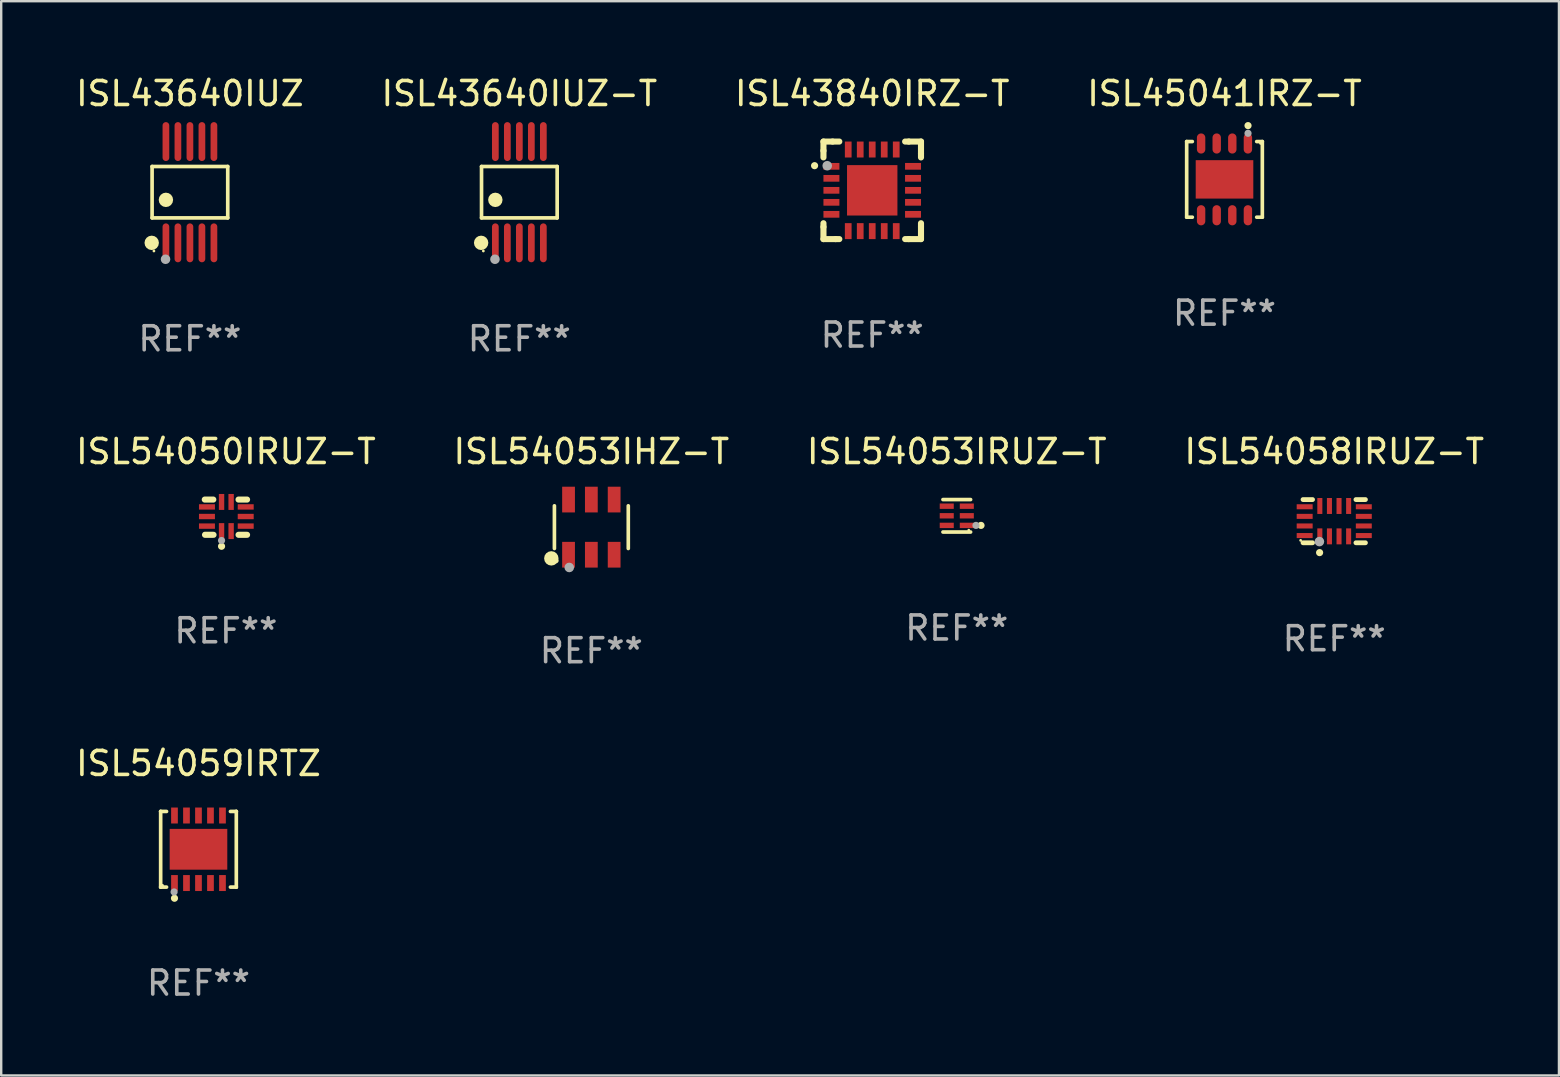
<source format=kicad_pcb>
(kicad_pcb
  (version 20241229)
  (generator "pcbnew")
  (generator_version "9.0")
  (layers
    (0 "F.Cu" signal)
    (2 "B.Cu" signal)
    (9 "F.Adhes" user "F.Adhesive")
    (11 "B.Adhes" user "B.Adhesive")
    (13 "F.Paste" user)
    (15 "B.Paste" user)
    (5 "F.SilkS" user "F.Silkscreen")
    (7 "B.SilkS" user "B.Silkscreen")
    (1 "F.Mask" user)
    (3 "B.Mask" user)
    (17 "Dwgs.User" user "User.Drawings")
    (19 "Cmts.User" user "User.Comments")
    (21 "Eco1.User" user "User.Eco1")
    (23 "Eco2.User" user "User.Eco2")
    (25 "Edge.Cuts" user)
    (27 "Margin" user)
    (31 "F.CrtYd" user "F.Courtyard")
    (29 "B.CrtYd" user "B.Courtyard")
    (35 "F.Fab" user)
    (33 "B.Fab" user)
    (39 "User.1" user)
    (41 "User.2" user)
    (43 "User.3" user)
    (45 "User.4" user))
  (footprint "ISL43840IRZ-T"
    (layer "F.Cu")
    (at 33.292 4.88)
    (property "Reference" "ISL43840IRZ-T" (at 0 -4.032 0) (layer "F.SilkS") (effects (font (size 1 1) (thickness 0.15))))
    (attr through_hole)
    (fp_line (start -2.032 -1.651) (end -2.032 -2.032) (stroke (width 0.254) (type solid)) (layer "F.SilkS"))
    (fp_line (start -2.032 -1.372) (end -2.032 -1.651) (stroke (width 0.254) (type solid)) (layer "F.SilkS"))
    (fp_line (start -2.032 1.524) (end -2.032 1.371) (stroke (width 0.254) (type solid)) (layer "F.SilkS"))
    (fp_line (start -2.032 -2.032) (end -1.651 -2.032) (stroke (width 0.254) (type solid)) (layer "F.SilkS"))
    (fp_line (start -2.032 2.032) (end -2.032 1.524) (stroke (width 0.254) (type solid)) (layer "F.SilkS"))
    (fp_line (start -1.651 -2.032) (end -1.372 -2.032) (stroke (width 0.254) (type solid)) (layer "F.SilkS"))
    (fp_line (start -1.524 2.032) (end -2.032 2.032) (stroke (width 0.254) (type solid)) (layer "F.SilkS"))
    (fp_line (start -1.371 2.032) (end -1.524 2.032) (stroke (width 0.254) (type solid)) (layer "F.SilkS"))
    (fp_line (start 1.371 -2.032) (end 1.524 -2.032) (stroke (width 0.254) (type solid)) (layer "F.SilkS"))
    (fp_line (start 1.524 -2.032) (end 2.032 -2.032) (stroke (width 0.254) (type solid)) (layer "F.SilkS"))
    (fp_line (start 1.524 2.032) (end 1.371 2.032) (stroke (width 0.254) (type solid)) (layer "F.SilkS"))
    (fp_line (start 2.032 -1.524) (end 2.032 -1.371) (stroke (width 0.254) (type solid)) (layer "F.SilkS"))
    (fp_line (start 2.032 1.371) (end 2.032 1.524) (stroke (width 0.254) (type solid)) (layer "F.SilkS"))
    (fp_line (start 2.032 1.524) (end 2.032 2.032) (stroke (width 0.254) (type solid)) (layer "F.SilkS"))
    (fp_line (start 2.032 -2.032) (end 2.032 -1.524) (stroke (width 0.254) (type solid)) (layer "F.SilkS"))
    (fp_line (start 2.032 2.032) (end 1.524 2.032) (stroke (width 0.254) (type solid)) (layer "F.SilkS"))
    (fp_circle (center -2.402 -1.027) (end -2.327 -1.027) (stroke (width 0.15) (type solid)) (fill no) (layer "F.SilkS"))
    (fp_circle (center -2 -2) (end -1.97 -2) (stroke (width 0.06) (type solid)) (fill no) (layer "F.SilkS"))
    (fp_circle (center -1.875 -1.025) (end -1.775 -1.025) (stroke (width 0.2) (type solid)) (fill no) (layer "F.Fab"))
    (fp_text user "REF**" (at 0 6.032 0) (layer "F.Fab") (effects (font (size 1 1) (thickness 0.15))))
    (pad "1" smd rect (at -1.7 -1) (size 0.665 0.28) (layers "F.Cu" "F.Mask" "F.Paste"))
    (pad "2" smd rect (at -1.7 -0.5) (size 0.665 0.28) (layers "F.Cu" "F.Mask" "F.Paste"))
    (pad "3" smd rect (at -1.7 -0.000013) (size 0.665 0.28) (layers "F.Cu" "F.Mask" "F.Paste"))
    (pad "4" smd rect (at -1.7 0.5) (size 0.665 0.28) (layers "F.Cu" "F.Mask" "F.Paste"))
    (pad "5" smd rect (at -1.7 1) (size 0.665 0.28) (layers "F.Cu" "F.Mask" "F.Paste"))
    (pad "6" smd rect (at -1 1.7) (size 0.28 0.665) (layers "F.Cu" "F.Mask" "F.Paste"))
    (pad "7" smd rect (at -0.5 1.7) (size 0.28 0.665) (layers "F.Cu" "F.Mask" "F.Paste"))
    (pad "8" smd rect (at 0.000038 1.7) (size 0.28 0.665) (layers "F.Cu" "F.Mask" "F.Paste"))
    (pad "9" smd rect (at 0.5 1.7) (size 0.28 0.665) (layers "F.Cu" "F.Mask" "F.Paste"))
    (pad "10" smd rect (at 1 1.7) (size 0.28 0.665) (layers "F.Cu" "F.Mask" "F.Paste"))
    (pad "11" smd rect (at 1.7 1) (size 0.665 0.28) (layers "F.Cu" "F.Mask" "F.Paste"))
    (pad "12" smd rect (at 1.7 0.5) (size 0.665 0.28) (layers "F.Cu" "F.Mask" "F.Paste"))
    (pad "13" smd rect (at 1.7 -0.000013) (size 0.665 0.28) (layers "F.Cu" "F.Mask" "F.Paste"))
    (pad "14" smd rect (at 1.7 -0.5) (size 0.665 0.28) (layers "F.Cu" "F.Mask" "F.Paste"))
    (pad "15" smd rect (at 1.7 -1) (size 0.665 0.28) (layers "F.Cu" "F.Mask" "F.Paste"))
    (pad "16" smd rect (at 1 -1.7) (size 0.28 0.665) (layers "F.Cu" "F.Mask" "F.Paste"))
    (pad "17" smd rect (at 0.5 -1.7) (size 0.28 0.665) (layers "F.Cu" "F.Mask" "F.Paste"))
    (pad "18" smd rect (at 0.000038 -1.7) (size 0.28 0.665) (layers "F.Cu" "F.Mask" "F.Paste"))
    (pad "19" smd rect (at -0.5 -1.7) (size 0.28 0.665) (layers "F.Cu" "F.Mask" "F.Paste"))
    (pad "20" smd rect (at -1 -1.7) (size 0.28 0.665) (layers "F.Cu" "F.Mask" "F.Paste"))
    (pad "21" smd rect (at 0.000038 -0.000013) (size 2.1 2.1) (layers "F.Cu" "F.Mask" "F.Paste")))
  (footprint "ISL54059IRTZ"
    (layer "F.Cu")
    (at 5.22 32.336)
    (property "Reference" "ISL54059IRTZ" (at 0 -3.576 0) (layer "F.SilkS") (effects (font (size 1 1) (thickness 0.15))))
    (attr through_hole)
    (fp_line (start -1.576 -1.576) (end -1.576 -1.576) (stroke (width 0.152) (type solid)) (layer "F.SilkS"))
    (fp_line (start -1.576 -1.576) (end -1.331 -1.576) (stroke (width 0.152) (type solid)) (layer "F.SilkS"))
    (fp_line (start -1.576 1.576) (end -1.576 -1.576) (stroke (width 0.152) (type solid)) (layer "F.SilkS"))
    (fp_line (start -1.576 1.576) (end -1.576 1.576) (stroke (width 0.152) (type solid)) (layer "F.SilkS"))
    (fp_line (start -1.331 1.576) (end -1.576 1.576) (stroke (width 0.152) (type solid)) (layer "F.SilkS"))
    (fp_line (start 1.331 1.576) (end 1.576 1.576) (stroke (width 0.152) (type solid)) (layer "F.SilkS"))
    (fp_line (start 1.576 -1.576) (end 1.331 -1.576) (stroke (width 0.152) (type solid)) (layer "F.SilkS"))
    (fp_line (start 1.576 -1.576) (end 1.576 -1.576) (stroke (width 0.152) (type solid)) (layer "F.SilkS"))
    (fp_line (start 1.576 1.576) (end 1.576 -1.576) (stroke (width 0.152) (type solid)) (layer "F.SilkS"))
    (fp_line (start 1.576 1.576) (end 1.576 1.576) (stroke (width 0.152) (type solid)) (layer "F.SilkS"))
    (fp_circle (center -1.5 1.5) (end -1.47 1.5) (stroke (width 0.06) (type solid)) (fill no) (layer "F.SilkS"))
    (fp_circle (center -1 2.04) (end -0.925 2.04) (stroke (width 0.15) (type solid)) (fill no) (layer "F.SilkS"))
    (fp_circle (center -1.016 1.778) (end -0.941 1.778) (stroke (width 0.15) (type solid)) (fill no) (layer "F.Fab"))
    (fp_text user "REF**" (at 0 5.576 0) (layer "F.Fab") (effects (font (size 1 1) (thickness 0.15))))
    (pad "1" smd rect (at -1 1.407) (size 0.28 0.665) (layers "F.Cu" "F.Mask" "F.Paste"))
    (pad "2" smd rect (at -0.5 1.407) (size 0.28 0.665) (layers "F.Cu" "F.Mask" "F.Paste"))
    (pad "3" smd rect (at 0 1.407) (size 0.28 0.665) (layers "F.Cu" "F.Mask" "F.Paste"))
    (pad "4" smd rect (at 0.5 1.407) (size 0.28 0.665) (layers "F.Cu" "F.Mask" "F.Paste"))
    (pad "5" smd rect (at 1 1.407) (size 0.28 0.665) (layers "F.Cu" "F.Mask" "F.Paste"))
    (pad "6" smd rect (at 1 -1.407) (size 0.28 0.665) (layers "F.Cu" "F.Mask" "F.Paste"))
    (pad "7" smd rect (at 0.5 -1.407) (size 0.28 0.665) (layers "F.Cu" "F.Mask" "F.Paste"))
    (pad "8" smd rect (at 0 -1.407) (size 0.28 0.665) (layers "F.Cu" "F.Mask" "F.Paste"))
    (pad "9" smd rect (at -0.5 -1.407) (size 0.28 0.665) (layers "F.Cu" "F.Mask" "F.Paste"))
    (pad "10" smd rect (at -1 -1.407) (size 0.28 0.665) (layers "F.Cu" "F.Mask" "F.Paste"))
    (pad "11" smd rect (at 0 0) (size 2.4 1.7) (layers "F.Cu" "F.Mask" "F.Paste")))
  (footprint "ISL43640IUZ-T"
    (layer "F.Cu")
    (at 18.589 4.958)
    (property "Reference" "ISL43640IUZ-T" (at 0 -4.11 0) (layer "F.SilkS") (effects (font (size 1 1) (thickness 0.15))))
    (attr through_hole)
    (fp_line (start -1.576 -1.071) (end 1.576 -1.071) (stroke (width 0.152) (type solid)) (layer "F.SilkS"))
    (fp_line (start -1.576 1.071) (end -1.576 -1.071) (stroke (width 0.152) (type solid)) (layer "F.SilkS"))
    (fp_line (start 1.576 -1.071) (end 1.576 1.071) (stroke (width 0.152) (type solid)) (layer "F.SilkS"))
    (fp_line (start 1.576 1.071) (end -1.576 1.071) (stroke (width 0.152) (type solid)) (layer "F.SilkS"))
    (fp_circle (center -1.592 2.11) (end -1.442 2.11) (stroke (width 0.3) (type solid)) (fill no) (layer "F.SilkS"))
    (fp_circle (center -1.5 2.45) (end -1.47 2.45) (stroke (width 0.06) (type solid)) (fill no) (layer "F.SilkS"))
    (fp_circle (center -1 0.319) (end -0.85 0.319) (stroke (width 0.3) (type solid)) (fill no) (layer "F.SilkS"))
    (fp_circle (center -1.016 2.794) (end -0.916 2.794) (stroke (width 0.2) (type solid)) (fill no) (layer "F.Fab"))
    (fp_text user "REF**" (at 0 6.11 0) (layer "F.Fab") (effects (font (size 1 1) (thickness 0.15))))
    (pad "1" smd oval (at -1 2.11) (size 0.28 1.62) (layers "F.Cu" "F.Mask" "F.Paste"))
    (pad "2" smd oval (at -0.5 2.11) (size 0.28 1.62) (layers "F.Cu" "F.Mask" "F.Paste"))
    (pad "3" smd oval (at 0 2.11) (size 0.28 1.62) (layers "F.Cu" "F.Mask" "F.Paste"))
    (pad "4" smd oval (at 0.5 2.11) (size 0.28 1.62) (layers "F.Cu" "F.Mask" "F.Paste"))
    (pad "5" smd oval (at 1 2.11) (size 0.28 1.62) (layers "F.Cu" "F.Mask" "F.Paste"))
    (pad "6" smd oval (at 1 -2.11) (size 0.28 1.62) (layers "F.Cu" "F.Mask" "F.Paste"))
    (pad "7" smd oval (at 0.5 -2.11) (size 0.28 1.62) (layers "F.Cu" "F.Mask" "F.Paste"))
    (pad "8" smd oval (at 0 -2.11) (size 0.28 1.62) (layers "F.Cu" "F.Mask" "F.Paste"))
    (pad "9" smd oval (at -0.5 -2.11) (size 0.28 1.62) (layers "F.Cu" "F.Mask" "F.Paste"))
    (pad "10" smd oval (at -1 -2.11) (size 0.28 1.62) (layers "F.Cu" "F.Mask" "F.Paste")))
  (footprint "ISL45041IRZ-T"
    (layer "F.Cu")
    (at 47.97 4.424)
    (property "Reference" "ISL45041IRZ-T" (at 0 -3.576 0) (layer "F.SilkS") (effects (font (size 1 1) (thickness 0.15))))
    (attr through_hole)
    (fp_line (start -1.576 -1.576) (end -1.576 1.576) (stroke (width 0.152) (type solid)) (layer "F.SilkS"))
    (fp_line (start -1.576 1.576) (end -1.341 1.576) (stroke (width 0.152) (type solid)) (layer "F.SilkS"))
    (fp_line (start -1.341 -1.576) (end -1.576 -1.576) (stroke (width 0.152) (type solid)) (layer "F.SilkS"))
    (fp_line (start 1.341 -1.576) (end 1.576 -1.576) (stroke (width 0.152) (type solid)) (layer "F.SilkS"))
    (fp_line (start 1.576 -1.576) (end 1.576 1.576) (stroke (width 0.152) (type solid)) (layer "F.SilkS"))
    (fp_line (start 1.576 1.576) (end 1.341 1.576) (stroke (width 0.152) (type solid)) (layer "F.SilkS"))
    (fp_circle (center 0.98 -2.24) (end 1.055 -2.24) (stroke (width 0.15) (type solid)) (fill no) (layer "F.SilkS"))
    (fp_circle (center 1.5 -1.5) (end 1.53 -1.5) (stroke (width 0.06) (type solid)) (fill no) (layer "F.SilkS"))
    (fp_circle (center 0.98 -1.92) (end 1.055 -1.92) (stroke (width 0.15) (type solid)) (fill no) (layer "F.Fab"))
    (fp_text user "REF**" (at 0 5.576 0) (layer "F.Fab") (effects (font (size 1 1) (thickness 0.15))))
    (pad "1" smd oval (at 0.975 -1.495) (size 0.35 0.84) (layers "F.Cu" "F.Mask" "F.Paste"))
    (pad "2" smd oval (at 0.325 -1.495) (size 0.35 0.84) (layers "F.Cu" "F.Mask" "F.Paste"))
    (pad "3" smd oval (at -0.325 -1.495) (size 0.35 0.84) (layers "F.Cu" "F.Mask" "F.Paste"))
    (pad "4" smd oval (at -0.975 -1.495) (size 0.35 0.84) (layers "F.Cu" "F.Mask" "F.Paste"))
    (pad "5" smd oval (at -0.975 1.495) (size 0.35 0.84) (layers "F.Cu" "F.Mask" "F.Paste"))
    (pad "6" smd oval (at -0.325 1.495) (size 0.35 0.84) (layers "F.Cu" "F.Mask" "F.Paste"))
    (pad "7" smd oval (at 0.325 1.495) (size 0.35 0.84) (layers "F.Cu" "F.Mask" "F.Paste"))
    (pad "8" smd oval (at 0.975 1.495) (size 0.35 0.84) (layers "F.Cu" "F.Mask" "F.Paste"))
    (pad "9" smd rect (at 0 0) (size 2.4 1.6) (layers "F.Cu" "F.Mask" "F.Paste")))
  (footprint "ISL43640IUZ"
    (layer "F.Cu")
    (at 4.863 4.958)
    (property "Reference" "ISL43640IUZ" (at 0 -4.11 0) (layer "F.SilkS") (effects (font (size 1 1) (thickness 0.15))))
    (attr through_hole)
    (fp_line (start -1.576 -1.071) (end 1.576 -1.071) (stroke (width 0.152) (type solid)) (layer "F.SilkS"))
    (fp_line (start -1.576 1.071) (end -1.576 -1.071) (stroke (width 0.152) (type solid)) (layer "F.SilkS"))
    (fp_line (start 1.576 -1.071) (end 1.576 1.071) (stroke (width 0.152) (type solid)) (layer "F.SilkS"))
    (fp_line (start 1.576 1.071) (end -1.576 1.071) (stroke (width 0.152) (type solid)) (layer "F.SilkS"))
    (fp_circle (center -1.592 2.11) (end -1.442 2.11) (stroke (width 0.3) (type solid)) (fill no) (layer "F.SilkS"))
    (fp_circle (center -1.5 2.45) (end -1.47 2.45) (stroke (width 0.06) (type solid)) (fill no) (layer "F.SilkS"))
    (fp_circle (center -1 0.319) (end -0.85 0.319) (stroke (width 0.3) (type solid)) (fill no) (layer "F.SilkS"))
    (fp_circle (center -1.016 2.794) (end -0.916 2.794) (stroke (width 0.2) (type solid)) (fill no) (layer "F.Fab"))
    (fp_text user "REF**" (at 0 6.11 0) (layer "F.Fab") (effects (font (size 1 1) (thickness 0.15))))
    (pad "1" smd oval (at -1 2.11) (size 0.28 1.62) (layers "F.Cu" "F.Mask" "F.Paste"))
    (pad "2" smd oval (at -0.5 2.11) (size 0.28 1.62) (layers "F.Cu" "F.Mask" "F.Paste"))
    (pad "3" smd oval (at 0 2.11) (size 0.28 1.62) (layers "F.Cu" "F.Mask" "F.Paste"))
    (pad "4" smd oval (at 0.5 2.11) (size 0.28 1.62) (layers "F.Cu" "F.Mask" "F.Paste"))
    (pad "5" smd oval (at 1 2.11) (size 0.28 1.62) (layers "F.Cu" "F.Mask" "F.Paste"))
    (pad "6" smd oval (at 1 -2.11) (size 0.28 1.62) (layers "F.Cu" "F.Mask" "F.Paste"))
    (pad "7" smd oval (at 0.5 -2.11) (size 0.28 1.62) (layers "F.Cu" "F.Mask" "F.Paste"))
    (pad "8" smd oval (at 0 -2.11) (size 0.28 1.62) (layers "F.Cu" "F.Mask" "F.Paste"))
    (pad "9" smd oval (at -0.5 -2.11) (size 0.28 1.62) (layers "F.Cu" "F.Mask" "F.Paste"))
    (pad "10" smd oval (at -1 -2.11) (size 0.28 1.62) (layers "F.Cu" "F.Mask" "F.Paste")))
  (footprint "ISL54050IRUZ-T"
    (layer "F.Cu")
    (at 6.363 18.499)
    (property "Reference" "ISL54050IRUZ-T" (at 0 -2.734 0) (layer "F.SilkS") (effects (font (size 1 1) (thickness 0.15))))
    (attr through_hole)
    (fp_line (start -0.881 -0.734) (end -0.526 -0.734) (stroke (width 0.254) (type solid)) (layer "F.SilkS"))
    (fp_line (start -0.871 0.734) (end -0.516 0.734) (stroke (width 0.254) (type solid)) (layer "F.SilkS"))
    (fp_line (start 0.526 -0.734) (end 0.881 -0.734) (stroke (width 0.254) (type solid)) (layer "F.SilkS"))
    (fp_line (start 0.526 0.734) (end 0.881 0.734) (stroke (width 0.254) (type solid)) (layer "F.SilkS"))
    (fp_circle (center -0.882 0.672) (end -0.852 0.672) (stroke (width 0.06) (type solid)) (fill no) (layer "F.SilkS"))
    (fp_circle (center -0.182 1.212) (end -0.107 1.212) (stroke (width 0.15) (type solid)) (fill no) (layer "F.SilkS"))
    (fp_circle (center -0.182 0.972) (end -0.107 0.972) (stroke (width 0.15) (type solid)) (fill no) (layer "F.Fab"))
    (fp_text user "REF**" (at 0 4.734 0) (layer "F.Fab") (effects (font (size 1 1) (thickness 0.15))))
    (pad "1" smd rect (at -0.182 0.58) (size 0.224 0.665) (layers "F.Cu" "F.Mask" "F.Paste"))
    (pad "2" smd rect (at 0.217 0.58) (size 0.224 0.665) (layers "F.Cu" "F.Mask" "F.Paste"))
    (pad "3" smd rect (at 0.825 0.372) (size 0.665 0.224) (layers "F.Cu" "F.Mask" "F.Paste"))
    (pad "4" smd rect (at 0.825 -0.028) (size 0.665 0.224) (layers "F.Cu" "F.Mask" "F.Paste"))
    (pad "5" smd rect (at 0.825 -0.428) (size 0.665 0.224) (layers "F.Cu" "F.Mask" "F.Paste"))
    (pad "6" smd rect (at 0.217 -0.635) (size 0.224 0.665) (layers "F.Cu" "F.Mask" "F.Paste"))
    (pad "7" smd rect (at -0.182 -0.635) (size 0.224 0.665) (layers "F.Cu" "F.Mask" "F.Paste"))
    (pad "8" smd rect (at -0.79 -0.428) (size 0.665 0.224) (layers "F.Cu" "F.Mask" "F.Paste"))
    (pad "9" smd rect (at -0.79 -0.028) (size 0.665 0.224) (layers "F.Cu" "F.Mask" "F.Paste"))
    (pad "10" smd rect (at -0.79 0.372) (size 0.665 0.224) (layers "F.Cu" "F.Mask" "F.Paste")))
  (footprint "ISL54053IHZ-T"
    (layer "F.Cu")
    (at 21.589 18.914)
    (property "Reference" "ISL54053IHZ-T" (at 0 -3.149 0) (layer "F.SilkS") (effects (font (size 1 1) (thickness 0.15))))
    (attr through_hole)
    (fp_line (start -1.539 0.889) (end -1.539 -0.889) (stroke (width 0.152) (type solid)) (layer "F.SilkS"))
    (fp_line (start 1.539 0.889) (end 1.539 -0.889) (stroke (width 0.152) (type solid)) (layer "F.SilkS"))
    (fp_circle (center -1.668 1.301) (end -1.518 1.301) (stroke (width 0.3) (type solid)) (fill no) (layer "F.SilkS"))
    (fp_circle (center -1.463 1.4) (end -1.413 1.4) (stroke (width 0.1) (type solid)) (fill no) (layer "F.SilkS"))
    (fp_circle (center -0.92 1.68) (end -0.82 1.68) (stroke (width 0.2) (type solid)) (fill no) (layer "F.Fab"))
    (fp_text user "REF**" (at 0 5.149 0) (layer "F.Fab") (effects (font (size 1 1) (thickness 0.15))))
    (pad "1" smd rect (at -0.95 1.149) (size 0.532 1.072) (layers "F.Cu" "F.Mask" "F.Paste"))
    (pad "2" smd rect (at 0 1.149) (size 0.532 1.072) (layers "F.Cu" "F.Mask" "F.Paste"))
    (pad "3" smd rect (at 0.95 1.149) (size 0.532 1.072) (layers "F.Cu" "F.Mask" "F.Paste"))
    (pad "4" smd rect (at 0.95 -1.149) (size 0.532 1.072) (layers "F.Cu" "F.Mask" "F.Paste"))
    (pad "5" smd rect (at 0 -1.149) (size 0.532 1.072) (layers "F.Cu" "F.Mask" "F.Paste"))
    (pad "6" smd rect (at -0.95 -1.149) (size 0.532 1.072) (layers "F.Cu" "F.Mask" "F.Paste")))
  (footprint "ISL54058IRUZ-T"
    (layer "F.Cu")
    (at 52.542 18.665)
    (property "Reference" "ISL54058IRUZ-T" (at 0 -2.9 0) (layer "F.SilkS") (effects (font (size 1 1) (thickness 0.15))))
    (attr through_hole)
    (fp_line (start -0.904 -0.9) (end -1.3 -0.9) (stroke (width 0.2) (type solid)) (layer "F.SilkS"))
    (fp_line (start -0.904 0.9) (end -1.3 0.9) (stroke (width 0.2) (type solid)) (layer "F.SilkS"))
    (fp_line (start 1.3 -0.9) (end 0.904 -0.9) (stroke (width 0.2) (type solid)) (layer "F.SilkS"))
    (fp_line (start 1.3 0.9) (end 0.904 0.9) (stroke (width 0.2) (type solid)) (layer "F.SilkS"))
    (fp_circle (center -1.4 0.8) (end -1.37 0.8) (stroke (width 0.06) (type solid)) (fill no) (layer "F.SilkS"))
    (fp_circle (center -0.61 1.31) (end -0.535 1.31) (stroke (width 0.15) (type solid)) (fill no) (layer "F.SilkS"))
    (fp_circle (center -0.618 0.851) (end -0.518 0.851) (stroke (width 0.2) (type solid)) (fill no) (layer "F.Fab"))
    (fp_text user "REF**" (at 0 4.9 0) (layer "F.Fab") (effects (font (size 1 1) (thickness 0.15))))
    (pad "1" smd rect (at -0.6 0.633) (size 0.21 0.665) (layers "F.Cu" "F.Mask" "F.Paste"))
    (pad "2" smd rect (at -0.2 0.633) (size 0.21 0.665) (layers "F.Cu" "F.Mask" "F.Paste"))
    (pad "3" smd rect (at 0.2 0.633) (size 0.21 0.665) (layers "F.Cu" "F.Mask" "F.Paste"))
    (pad "4" smd rect (at 0.6 0.633) (size 0.21 0.665) (layers "F.Cu" "F.Mask" "F.Paste"))
    (pad "5" smd rect (at 1.232 0.6) (size 0.665 0.21) (layers "F.Cu" "F.Mask" "F.Paste"))
    (pad "6" smd rect (at 1.232 0.2) (size 0.665 0.21) (layers "F.Cu" "F.Mask" "F.Paste"))
    (pad "7" smd rect (at 1.232 -0.2) (size 0.665 0.21) (layers "F.Cu" "F.Mask" "F.Paste"))
    (pad "8" smd rect (at 1.232 -0.6) (size 0.665 0.21) (layers "F.Cu" "F.Mask" "F.Paste"))
    (pad "9" smd rect (at 0.6 -0.633) (size 0.21 0.665) (layers "F.Cu" "F.Mask" "F.Paste"))
    (pad "10" smd rect (at 0.2 -0.633) (size 0.21 0.665) (layers "F.Cu" "F.Mask" "F.Paste"))
    (pad "11" smd rect (at -0.2 -0.633) (size 0.21 0.665) (layers "F.Cu" "F.Mask" "F.Paste"))
    (pad "12" smd rect (at -0.6 -0.633) (size 0.21 0.665) (layers "F.Cu" "F.Mask" "F.Paste"))
    (pad "13" smd rect (at -1.232 -0.6) (size 0.665 0.21) (layers "F.Cu" "F.Mask" "F.Paste"))
    (pad "14" smd rect (at -1.232 -0.2) (size 0.665 0.21) (layers "F.Cu" "F.Mask" "F.Paste"))
    (pad "15" smd rect (at -1.232 0.2) (size 0.665 0.21) (layers "F.Cu" "F.Mask" "F.Paste"))
    (pad "16" smd rect (at -1.232 0.6) (size 0.665 0.21) (layers "F.Cu" "F.Mask" "F.Paste")))
  (footprint "ISL54053IRUZ-T"
    (layer "F.Cu")
    (at 36.815 18.441)
    (property "Reference" "ISL54053IRUZ-T" (at 0 -2.676 0) (layer "F.SilkS") (effects (font (size 1 1) (thickness 0.15))))
    (attr through_hole)
    (fp_line (start 0.576 -0.676) (end -0.576 -0.676) (stroke (width 0.152) (type solid)) (layer "F.SilkS"))
    (fp_line (start 0.576 0.676) (end -0.576 0.676) (stroke (width 0.152) (type solid)) (layer "F.SilkS"))
    (fp_circle (center 0.5 0.6) (end 0.53 0.6) (stroke (width 0.06) (type solid)) (fill no) (layer "F.SilkS"))
    (fp_circle (center 1.01 0.4) (end 1.085 0.4) (stroke (width 0.15) (type solid)) (fill no) (layer "F.SilkS"))
    (fp_circle (center 0.8 0.4) (end 0.875 0.4) (stroke (width 0.15) (type solid)) (fill no) (layer "F.Fab"))
    (fp_text user "REF**" (at 0 4.676 0) (layer "F.Fab") (effects (font (size 1 1) (thickness 0.15))))
    (pad "1" smd rect (at 0.418 0.4 90) (size 0.224 0.585) (layers "F.Cu" "F.Mask" "F.Paste"))
    (pad "2" smd rect (at 0.418 0.000025 90) (size 0.224 0.585) (layers "F.Cu" "F.Mask" "F.Paste"))
    (pad "3" smd rect (at 0.418 -0.4 90) (size 0.224 0.585) (layers "F.Cu" "F.Mask" "F.Paste"))
    (pad "4" smd rect (at -0.418 -0.4 90) (size 0.224 0.585) (layers "F.Cu" "F.Mask" "F.Paste"))
    (pad "5" smd rect (at -0.418 0.000025 90) (size 0.224 0.585) (layers "F.Cu" "F.Mask" "F.Paste"))
    (pad "6" smd rect (at -0.418 0.4 90) (size 0.224 0.585) (layers "F.Cu" "F.Mask" "F.Paste")))
  (gr_rect
    (start -3 -3)
    (end 61.905 41.76)
    (stroke (width 0.1) (type default))
    (fill no)
    (layer "Edge.Cuts")))
</source>
